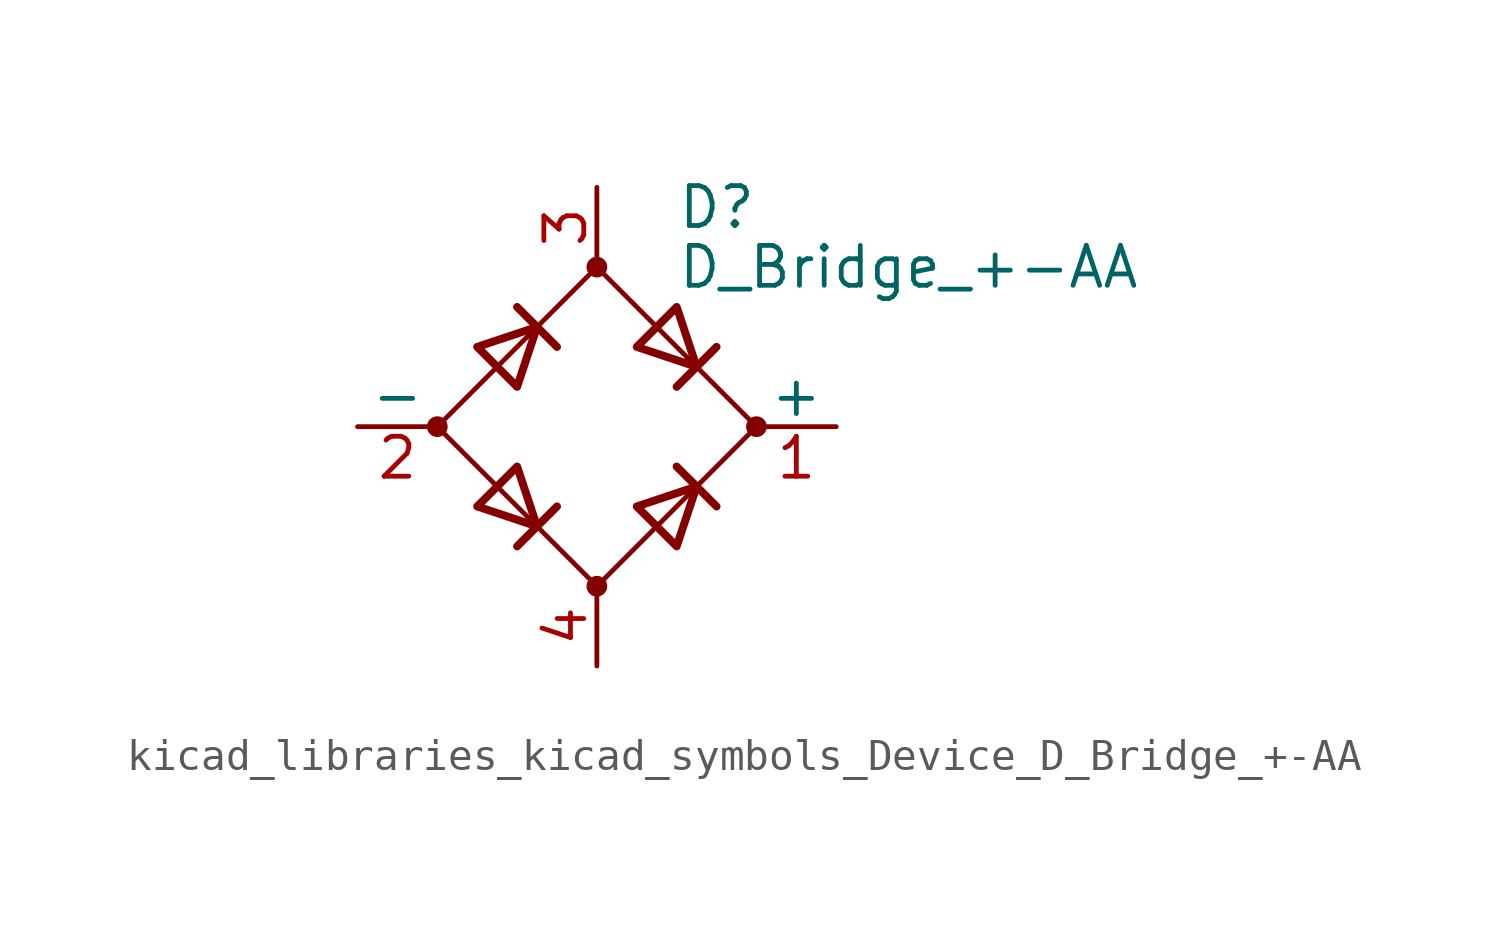
<source format=kicad_sym>
(kicad_symbol_lib
  (version 20220914)
  (generator kicad_symbol_editor)
  (symbol "kicad_libraries_kicad_symbols_Device_D_Bridge_+-AA"
    (pin_names
      (offset 0))
    (property "Reference" "D"
      (at 2.54 6.985 0)
      (effects (font (size 1.27 1.27)) (justify left)))
    (property "Value" "D_Bridge_+-AA"
      (at 2.54 5.08 0)
      (effects (font (size 1.27 1.27)) (justify left)))
    (symbol "kicad_libraries_kicad_symbols_Device_D_Bridge_+-AA_0_1"
      (circle (center -5.08 0) (radius 0.254) (stroke (width 0) (type default)) (fill (type outline)))
      (circle (center 0 -5.08) (radius 0.254) (stroke (width 0) (type default)) (fill (type outline)))
      (polyline (pts (xy -2.54 3.81) (xy -1.27 2.54)) (stroke (width 0.254) (type default)) (fill (type none)))
      (polyline (pts (xy -1.27 -2.54) (xy -2.54 -3.81)) (stroke (width 0.254) (type default)) (fill (type none)))
      (polyline (pts (xy 2.54 -1.27) (xy 3.81 -2.54)) (stroke (width 0.254) (type default)) (fill (type none)))
      (polyline (pts (xy 2.54 1.27) (xy 3.81 2.54)) (stroke (width 0.254) (type default)) (fill (type none)))
      (polyline (pts (xy -3.81 2.54) (xy -2.54 1.27) (xy -1.905 3.175) (xy -3.81 2.54)) (stroke (width 0.254) (type default)) (fill (type none)))
      (polyline (pts (xy -2.54 -1.27) (xy -3.81 -2.54) (xy -1.905 -3.175) (xy -2.54 -1.27)) (stroke (width 0.254) (type default)) (fill (type none)))
      (polyline (pts (xy 1.27 2.54) (xy 2.54 3.81) (xy 3.175 1.905) (xy 1.27 2.54)) (stroke (width 0.254) (type default)) (fill (type none)))
      (polyline (pts (xy 3.175 -1.905) (xy 1.27 -2.54) (xy 2.54 -3.81) (xy 3.175 -1.905)) (stroke (width 0.254) (type default)) (fill (type none)))
      (polyline (pts (xy -5.08 0) (xy 0 -5.08) (xy 5.08 0) (xy 0 5.08) (xy -5.08 0)) (stroke (width 0) (type default)) (fill (type none)))
      (circle (center 0 5.08) (radius 0.254) (stroke (width 0) (type default)) (fill (type outline)))
      (circle (center 5.08 0) (radius 0.254) (stroke (width 0) (type default)) (fill (type outline))))
    (symbol "kicad_libraries_kicad_symbols_Device_D_Bridge_+-AA_1_1"
      (pin passive line (at 7.62 0 180) (length 2.54) (name "+" (effects (font (size 1.27 1.27)))) (number "1" (effects (font (size 1.27 1.27)))))
      (pin passive line (at -7.62 0 0) (length 2.54) (name "-" (effects (font (size 1.27 1.27)))) (number "2" (effects (font (size 1.27 1.27)))))
      (pin passive line (at 0 7.62 270) (length 2.54) (name "~" (effects (font (size 1.27 1.27)))) (number "3" (effects (font (size 1.27 1.27)))))
      (pin passive line (at 0 -7.62 90) (length 2.54) (name "~" (effects (font (size 1.27 1.27)))) (number "4" (effects (font (size 1.27 1.27))))))))
</source>
